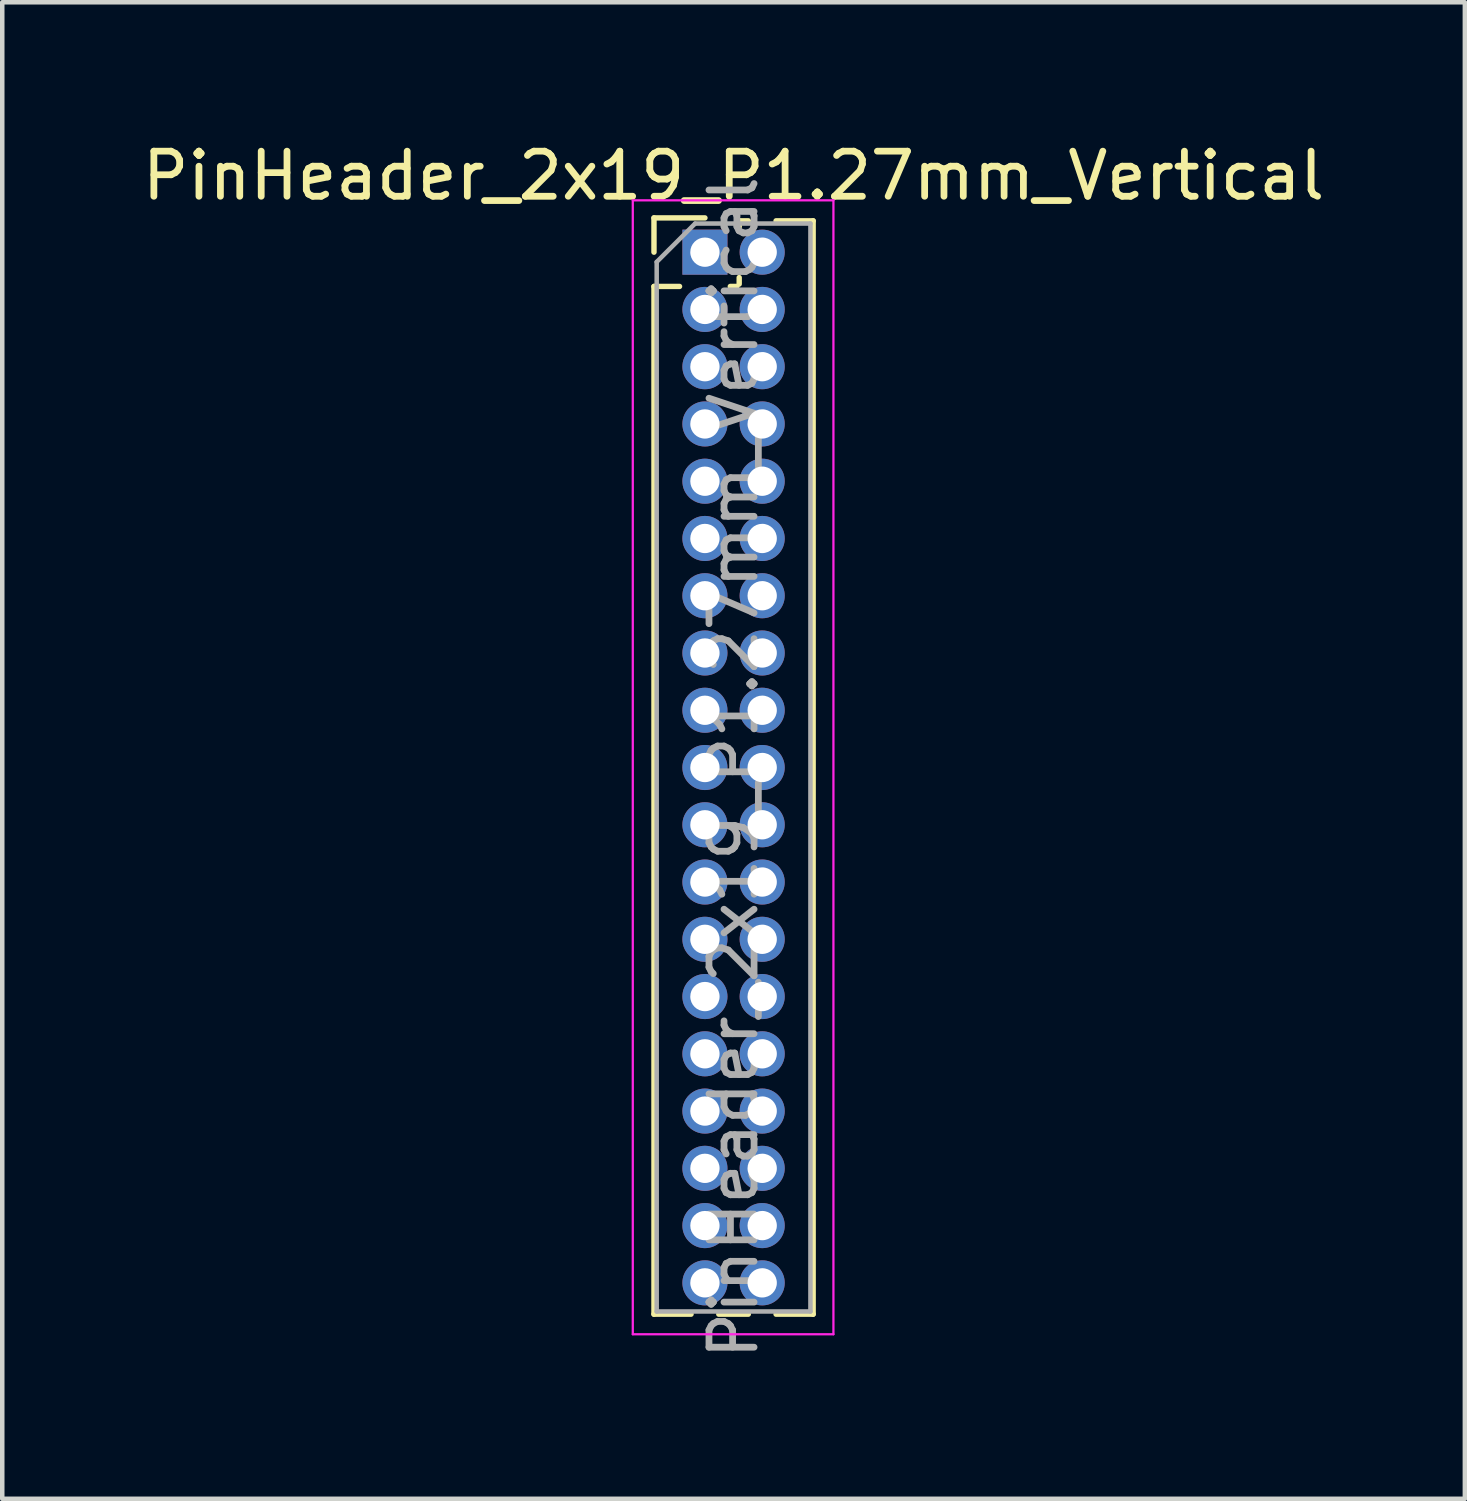
<source format=kicad_pcb>
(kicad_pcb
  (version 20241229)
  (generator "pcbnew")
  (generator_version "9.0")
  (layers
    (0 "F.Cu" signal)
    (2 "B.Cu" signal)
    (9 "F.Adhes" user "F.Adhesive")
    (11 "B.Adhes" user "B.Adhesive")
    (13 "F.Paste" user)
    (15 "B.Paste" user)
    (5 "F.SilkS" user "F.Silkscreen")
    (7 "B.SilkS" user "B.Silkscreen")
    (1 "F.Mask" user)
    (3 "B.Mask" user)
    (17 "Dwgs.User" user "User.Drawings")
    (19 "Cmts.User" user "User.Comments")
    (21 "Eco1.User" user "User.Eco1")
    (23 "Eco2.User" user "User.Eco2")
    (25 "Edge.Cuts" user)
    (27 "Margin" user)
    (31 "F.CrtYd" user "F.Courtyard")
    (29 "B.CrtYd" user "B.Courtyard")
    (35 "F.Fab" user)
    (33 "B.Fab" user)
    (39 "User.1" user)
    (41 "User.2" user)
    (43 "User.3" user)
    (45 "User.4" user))
  (footprint "PinHeader_2x19_P1.27mm_Vertical"
    (layer "F.Cu")
    (at 12.585 2.543)
    (property "Reference" "PinHeader_2x19_P1.27mm_Vertical" (at 0.635 -1.695 0) (layer "F.SilkS") (effects (font (size 1 1) (thickness 0.15))))
    (attr through_hole)
    (fp_line (start -1.13 -0.76) (end 0 -0.76) (stroke (width 0.12) (type solid)) (layer "F.SilkS"))
    (fp_line (start -1.13 0) (end -1.13 -0.76) (stroke (width 0.12) (type solid)) (layer "F.SilkS"))
    (fp_line (start -1.13 0.76) (end -1.13 23.555) (stroke (width 0.12) (type solid)) (layer "F.SilkS"))
    (fp_line (start -1.13 0.76) (end -0.563 0.76) (stroke (width 0.12) (type solid)) (layer "F.SilkS"))
    (fp_line (start -1.13 23.555) (end -0.308 23.555) (stroke (width 0.12) (type solid)) (layer "F.SilkS"))
    (fp_line (start 0.308 23.555) (end 0.962 23.555) (stroke (width 0.12) (type solid)) (layer "F.SilkS"))
    (fp_line (start 0.563 0.76) (end 0.707 0.76) (stroke (width 0.12) (type solid)) (layer "F.SilkS"))
    (fp_line (start 0.76 -0.695) (end 0.962 -0.695) (stroke (width 0.12) (type solid)) (layer "F.SilkS"))
    (fp_line (start 0.76 -0.563) (end 0.76 -0.695) (stroke (width 0.12) (type solid)) (layer "F.SilkS"))
    (fp_line (start 0.76 0.707) (end 0.76 0.563) (stroke (width 0.12) (type solid)) (layer "F.SilkS"))
    (fp_line (start 1.578 -0.695) (end 2.4 -0.695) (stroke (width 0.12) (type solid)) (layer "F.SilkS"))
    (fp_line (start 1.578 23.555) (end 2.4 23.555) (stroke (width 0.12) (type solid)) (layer "F.SilkS"))
    (fp_line (start 2.4 -0.695) (end 2.4 23.555) (stroke (width 0.12) (type solid)) (layer "F.SilkS"))
    (fp_line (start -1.6 -1.15) (end -1.6 24) (stroke (width 0.05) (type solid)) (layer "F.CrtYd"))
    (fp_line (start -1.6 24) (end 2.85 24) (stroke (width 0.05) (type solid)) (layer "F.CrtYd"))
    (fp_line (start 2.85 -1.15) (end -1.6 -1.15) (stroke (width 0.05) (type solid)) (layer "F.CrtYd"))
    (fp_line (start 2.85 24) (end 2.85 -1.15) (stroke (width 0.05) (type solid)) (layer "F.CrtYd"))
    (fp_line (start -1.07 0.217) (end -0.217 -0.635) (stroke (width 0.1) (type solid)) (layer "F.Fab"))
    (fp_line (start -1.07 23.495) (end -1.07 0.217) (stroke (width 0.1) (type solid)) (layer "F.Fab"))
    (fp_line (start -0.217 -0.635) (end 2.34 -0.635) (stroke (width 0.1) (type solid)) (layer "F.Fab"))
    (fp_line (start 2.34 -0.635) (end 2.34 23.495) (stroke (width 0.1) (type solid)) (layer "F.Fab"))
    (fp_line (start 2.34 23.495) (end -1.07 23.495) (stroke (width 0.1) (type solid)) (layer "F.Fab"))
    (fp_text user "${REFERENCE}" (at 0.635 11.43 90) (layer "F.Fab") (effects (font (size 1 1) (thickness 0.15))))
    (pad "1" thru_hole rect (at 0 0) (size 1 1) (drill 0.65) (layers "*.Cu" "*.Mask"))
    (pad "2" thru_hole oval (at 1.27 0) (size 1 1) (drill 0.65) (layers "*.Cu" "*.Mask"))
    (pad "3" thru_hole oval (at 0 1.27) (size 1 1) (drill 0.65) (layers "*.Cu" "*.Mask"))
    (pad "4" thru_hole oval (at 1.27 1.27) (size 1 1) (drill 0.65) (layers "*.Cu" "*.Mask"))
    (pad "5" thru_hole oval (at 0 2.54) (size 1 1) (drill 0.65) (layers "*.Cu" "*.Mask"))
    (pad "6" thru_hole oval (at 1.27 2.54) (size 1 1) (drill 0.65) (layers "*.Cu" "*.Mask"))
    (pad "7" thru_hole oval (at 0 3.81) (size 1 1) (drill 0.65) (layers "*.Cu" "*.Mask"))
    (pad "8" thru_hole oval (at 1.27 3.81) (size 1 1) (drill 0.65) (layers "*.Cu" "*.Mask"))
    (pad "9" thru_hole oval (at 0 5.08) (size 1 1) (drill 0.65) (layers "*.Cu" "*.Mask"))
    (pad "10" thru_hole oval (at 1.27 5.08) (size 1 1) (drill 0.65) (layers "*.Cu" "*.Mask"))
    (pad "11" thru_hole oval (at 0 6.35) (size 1 1) (drill 0.65) (layers "*.Cu" "*.Mask"))
    (pad "12" thru_hole oval (at 1.27 6.35) (size 1 1) (drill 0.65) (layers "*.Cu" "*.Mask"))
    (pad "13" thru_hole oval (at 0 7.62) (size 1 1) (drill 0.65) (layers "*.Cu" "*.Mask"))
    (pad "14" thru_hole oval (at 1.27 7.62) (size 1 1) (drill 0.65) (layers "*.Cu" "*.Mask"))
    (pad "15" thru_hole oval (at 0 8.89) (size 1 1) (drill 0.65) (layers "*.Cu" "*.Mask"))
    (pad "16" thru_hole oval (at 1.27 8.89) (size 1 1) (drill 0.65) (layers "*.Cu" "*.Mask"))
    (pad "17" thru_hole oval (at 0 10.16) (size 1 1) (drill 0.65) (layers "*.Cu" "*.Mask"))
    (pad "18" thru_hole oval (at 1.27 10.16) (size 1 1) (drill 0.65) (layers "*.Cu" "*.Mask"))
    (pad "19" thru_hole oval (at 0 11.43) (size 1 1) (drill 0.65) (layers "*.Cu" "*.Mask"))
    (pad "20" thru_hole oval (at 1.27 11.43) (size 1 1) (drill 0.65) (layers "*.Cu" "*.Mask"))
    (pad "21" thru_hole oval (at 0 12.7) (size 1 1) (drill 0.65) (layers "*.Cu" "*.Mask"))
    (pad "22" thru_hole oval (at 1.27 12.7) (size 1 1) (drill 0.65) (layers "*.Cu" "*.Mask"))
    (pad "23" thru_hole oval (at 0 13.97) (size 1 1) (drill 0.65) (layers "*.Cu" "*.Mask"))
    (pad "24" thru_hole oval (at 1.27 13.97) (size 1 1) (drill 0.65) (layers "*.Cu" "*.Mask"))
    (pad "25" thru_hole oval (at 0 15.24) (size 1 1) (drill 0.65) (layers "*.Cu" "*.Mask"))
    (pad "26" thru_hole oval (at 1.27 15.24) (size 1 1) (drill 0.65) (layers "*.Cu" "*.Mask"))
    (pad "27" thru_hole oval (at 0 16.51) (size 1 1) (drill 0.65) (layers "*.Cu" "*.Mask"))
    (pad "28" thru_hole oval (at 1.27 16.51) (size 1 1) (drill 0.65) (layers "*.Cu" "*.Mask"))
    (pad "29" thru_hole oval (at 0 17.78) (size 1 1) (drill 0.65) (layers "*.Cu" "*.Mask"))
    (pad "30" thru_hole oval (at 1.27 17.78) (size 1 1) (drill 0.65) (layers "*.Cu" "*.Mask"))
    (pad "31" thru_hole oval (at 0 19.05) (size 1 1) (drill 0.65) (layers "*.Cu" "*.Mask"))
    (pad "32" thru_hole oval (at 1.27 19.05) (size 1 1) (drill 0.65) (layers "*.Cu" "*.Mask"))
    (pad "33" thru_hole oval (at 0 20.32) (size 1 1) (drill 0.65) (layers "*.Cu" "*.Mask"))
    (pad "34" thru_hole oval (at 1.27 20.32) (size 1 1) (drill 0.65) (layers "*.Cu" "*.Mask"))
    (pad "35" thru_hole oval (at 0 21.59) (size 1 1) (drill 0.65) (layers "*.Cu" "*.Mask"))
    (pad "36" thru_hole oval (at 1.27 21.59) (size 1 1) (drill 0.65) (layers "*.Cu" "*.Mask"))
    (pad "37" thru_hole oval (at 0 22.86) (size 1 1) (drill 0.65) (layers "*.Cu" "*.Mask"))
    (pad "38" thru_hole oval (at 1.27 22.86) (size 1 1) (drill 0.65) (layers "*.Cu" "*.Mask")))
  (gr_rect
    (start -3 -3)
    (end 29.44 30.193)
    (stroke (width 0.1) (type default))
    (fill no)
    (layer "Edge.Cuts")))
</source>
